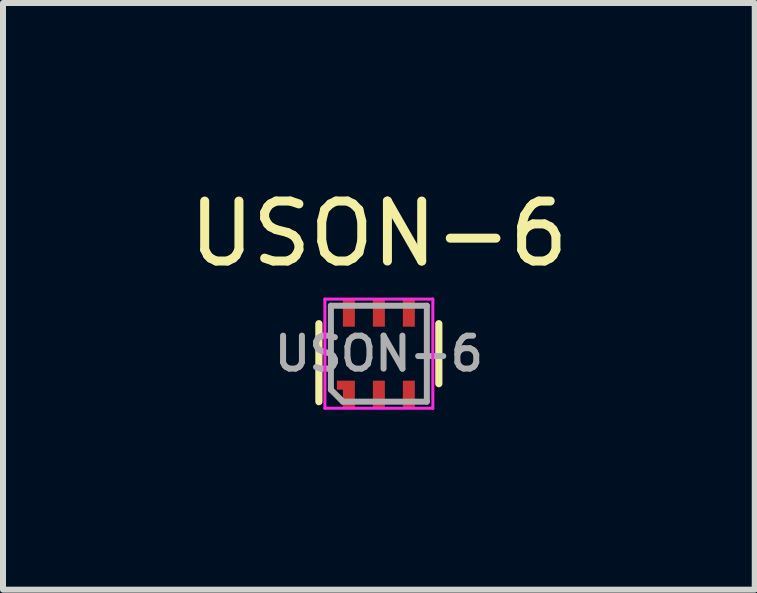
<source format=kicad_pcb>
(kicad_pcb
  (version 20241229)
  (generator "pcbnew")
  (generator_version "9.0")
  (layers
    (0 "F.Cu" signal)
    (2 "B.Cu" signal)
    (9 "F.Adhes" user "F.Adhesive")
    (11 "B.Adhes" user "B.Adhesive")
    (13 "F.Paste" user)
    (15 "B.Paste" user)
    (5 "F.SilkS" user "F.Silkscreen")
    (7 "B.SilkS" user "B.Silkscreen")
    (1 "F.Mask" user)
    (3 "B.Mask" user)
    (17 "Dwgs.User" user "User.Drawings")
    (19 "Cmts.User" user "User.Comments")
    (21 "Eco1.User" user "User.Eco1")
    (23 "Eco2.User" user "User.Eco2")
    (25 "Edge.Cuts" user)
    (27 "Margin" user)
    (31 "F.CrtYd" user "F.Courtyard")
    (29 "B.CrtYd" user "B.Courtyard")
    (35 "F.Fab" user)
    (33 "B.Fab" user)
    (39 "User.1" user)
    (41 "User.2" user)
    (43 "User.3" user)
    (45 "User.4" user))
  (footprint "USON-6"
    (layer "F.Cu")
    (at 3.268 2.848)
    (property "Reference" "USON-6" (at 0 -2 0) (layer "F.SilkS") (effects (font (size 1 1) (thickness 0.15))))
    (attr smd)
    (fp_line (start -1 -0.5) (end -1 0.8) (stroke (width 0.12) (type solid)) (layer "F.SilkS"))
    (fp_line (start 1 -0.5) (end 1 0.5) (stroke (width 0.12) (type solid)) (layer "F.SilkS"))
    (fp_line (start -0.9 -0.91) (end 0.9 -0.91) (stroke (width 0.05) (type solid)) (layer "F.CrtYd"))
    (fp_line (start -0.9 0.91) (end -0.9 -0.91) (stroke (width 0.05) (type solid)) (layer "F.CrtYd"))
    (fp_line (start 0.9 -0.91) (end 0.9 0.91) (stroke (width 0.05) (type solid)) (layer "F.CrtYd"))
    (fp_line (start 0.9 0.91) (end -0.9 0.91) (stroke (width 0.05) (type solid)) (layer "F.CrtYd"))
    (fp_line (start -0.8 -0.8) (end -0.8 0.6) (stroke (width 0.1) (type solid)) (layer "F.Fab"))
    (fp_line (start -0.8 -0.8) (end 0.8 -0.8) (stroke (width 0.1) (type solid)) (layer "F.Fab"))
    (fp_line (start -0.8 0.6) (end -0.6 0.8) (stroke (width 0.1) (type solid)) (layer "F.Fab"))
    (fp_line (start -0.6 0.8) (end 0.8 0.8) (stroke (width 0.1) (type solid)) (layer "F.Fab"))
    (fp_line (start 0.8 0.8) (end 0.8 -0.8) (stroke (width 0.1) (type solid)) (layer "F.Fab"))
    (fp_text user "${REFERENCE}" (at 0 0 180) (layer "F.Fab") (effects (font (size 0.55 0.55) (thickness 0.1))))
    (pad "1" smd custom (at -0.5 0.675) (size 0.2 0.45) (layers "F.Cu" "F.Mask" "F.Paste") (options (anchor rect)) (primitives (gr_poly (pts (xy -0.2 -0.225) (xy -0.2 -0.075) (xy -0.1 -0.075) (xy -0.1 -0.225)) (width 0) (fill yes))))
    (pad "2" smd rect (at 0 0.675) (size 0.2 0.45) (layers "F.Cu" "F.Mask" "F.Paste"))
    (pad "3" smd rect (at 0.5 0.675) (size 0.2 0.45) (layers "F.Cu" "F.Mask" "F.Paste"))
    (pad "4" smd rect (at 0.5 -0.675) (size 0.2 0.45) (layers "F.Cu" "F.Mask" "F.Paste"))
    (pad "5" smd rect (at 0 -0.675) (size 0.2 0.45) (layers "F.Cu" "F.Mask" "F.Paste"))
    (pad "6" smd rect (at -0.5 -0.675) (size 0.2 0.45) (layers "F.Cu" "F.Mask" "F.Paste")))
  (gr_rect
    (start -3 -3)
    (end 9.536 6.783)
    (stroke (width 0.1) (type default))
    (fill no)
    (layer "Edge.Cuts")))
</source>
